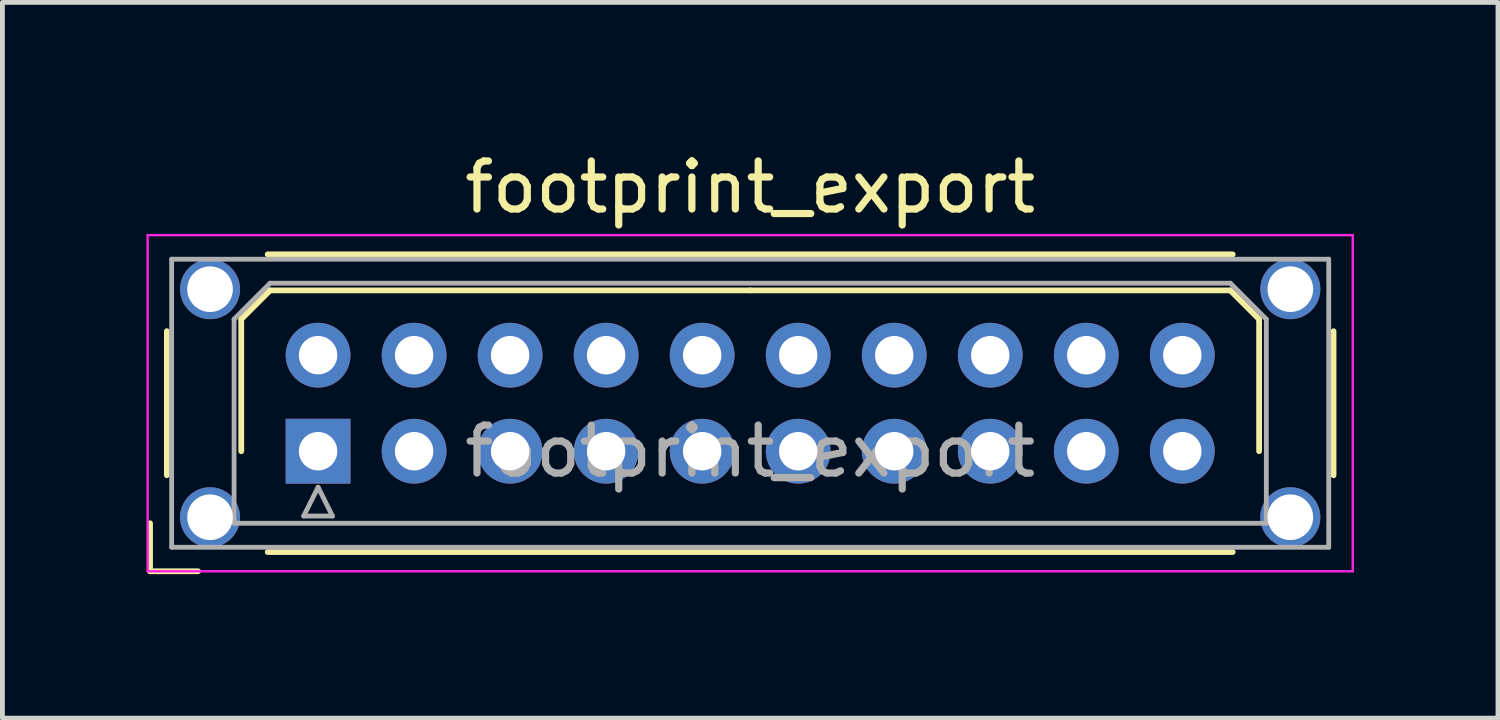
<source format=kicad_pcb>
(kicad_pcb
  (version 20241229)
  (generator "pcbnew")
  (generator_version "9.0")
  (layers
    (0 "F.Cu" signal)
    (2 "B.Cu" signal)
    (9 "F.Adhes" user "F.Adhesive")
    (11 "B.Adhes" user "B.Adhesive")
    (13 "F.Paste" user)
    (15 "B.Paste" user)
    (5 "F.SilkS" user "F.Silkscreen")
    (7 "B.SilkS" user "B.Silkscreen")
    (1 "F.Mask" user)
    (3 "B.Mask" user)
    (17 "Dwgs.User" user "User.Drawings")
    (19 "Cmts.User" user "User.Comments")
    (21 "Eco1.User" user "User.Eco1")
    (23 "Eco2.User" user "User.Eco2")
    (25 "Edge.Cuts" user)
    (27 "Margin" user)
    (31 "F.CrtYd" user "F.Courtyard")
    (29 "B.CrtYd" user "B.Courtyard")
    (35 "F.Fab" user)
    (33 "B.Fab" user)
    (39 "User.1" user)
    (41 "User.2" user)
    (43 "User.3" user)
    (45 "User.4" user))
  (footprint "footprint_export"
    (layer "F.Cu")
    (at 3.575 6.348)
    (property "Reference" "footprint_export" (at 9 -5.5 0) (layer "F.SilkS") (effects (font (size 1 1) (thickness 0.15))))
    (attr through_hole)
    (fp_line (start -3.5 1.5) (end -3.5 2.5) (stroke (width 0.12) (type solid)) (layer "F.SilkS"))
    (fp_line (start -3.5 2.5) (end -2.5 2.5) (stroke (width 0.12) (type solid)) (layer "F.SilkS"))
    (fp_line (start -3.15 -2.5) (end -3.15 0.5) (stroke (width 0.12) (type solid)) (layer "F.SilkS"))
    (fp_line (start -1.6 -2.75) (end -1 -3.35) (stroke (width 0.12) (type solid)) (layer "F.SilkS"))
    (fp_line (start -1.6 0) (end -1.6 -2.75) (stroke (width 0.12) (type solid)) (layer "F.SilkS"))
    (fp_line (start -1.05 -4.1) (end 19.05 -4.1) (stroke (width 0.12) (type solid)) (layer "F.SilkS"))
    (fp_line (start -1.05 2.1) (end 19.05 2.1) (stroke (width 0.12) (type solid)) (layer "F.SilkS"))
    (fp_line (start -1 -3.35) (end 9 -3.35) (stroke (width 0.12) (type solid)) (layer "F.SilkS"))
    (fp_line (start 19 -3.35) (end 9 -3.35) (stroke (width 0.12) (type solid)) (layer "F.SilkS"))
    (fp_line (start 19.6 -2.75) (end 19 -3.35) (stroke (width 0.12) (type solid)) (layer "F.SilkS"))
    (fp_line (start 19.6 0) (end 19.6 -2.75) (stroke (width 0.12) (type solid)) (layer "F.SilkS"))
    (fp_line (start 21.15 -2.5) (end 21.15 0.5) (stroke (width 0.12) (type solid)) (layer "F.SilkS"))
    (fp_line (start -3.55 -4.5) (end -3.55 2.5) (stroke (width 0.05) (type solid)) (layer "F.CrtYd"))
    (fp_line (start -3.55 2.5) (end 21.55 2.5) (stroke (width 0.05) (type solid)) (layer "F.CrtYd"))
    (fp_line (start 21.55 -4.5) (end -3.55 -4.5) (stroke (width 0.05) (type solid)) (layer "F.CrtYd"))
    (fp_line (start 21.55 2.5) (end 21.55 -4.5) (stroke (width 0.05) (type solid)) (layer "F.CrtYd"))
    (fp_line (start -3.05 -4) (end -3.05 2) (stroke (width 0.1) (type solid)) (layer "F.Fab"))
    (fp_line (start -3.05 2) (end 21.05 2) (stroke (width 0.1) (type solid)) (layer "F.Fab"))
    (fp_line (start -1.75 -2.75) (end -1 -3.5) (stroke (width 0.1) (type solid)) (layer "F.Fab"))
    (fp_line (start -1.75 1.5) (end -1.75 -2.75) (stroke (width 0.1) (type solid)) (layer "F.Fab"))
    (fp_line (start -1 -3.5) (end 19 -3.5) (stroke (width 0.1) (type solid)) (layer "F.Fab"))
    (fp_line (start -0.3 1.35) (end 0.3 1.35) (stroke (width 0.1) (type solid)) (layer "F.Fab"))
    (fp_line (start 0 0.75) (end -0.3 1.35) (stroke (width 0.1) (type solid)) (layer "F.Fab"))
    (fp_line (start 0.3 1.35) (end 0 0.75) (stroke (width 0.1) (type solid)) (layer "F.Fab"))
    (fp_line (start 19 -3.5) (end 19.75 -2.75) (stroke (width 0.1) (type solid)) (layer "F.Fab"))
    (fp_line (start 19.75 -2.75) (end 19.75 1.5) (stroke (width 0.1) (type solid)) (layer "F.Fab"))
    (fp_line (start 19.75 1.5) (end -1.75 1.5) (stroke (width 0.1) (type solid)) (layer "F.Fab"))
    (fp_line (start 21.05 -4) (end -3.05 -4) (stroke (width 0.1) (type solid)) (layer "F.Fab"))
    (fp_line (start 21.05 2) (end 21.05 -4) (stroke (width 0.1) (type solid)) (layer "F.Fab"))
    (fp_text user "${REFERENCE}" (at 9 0 0) (layer "F.Fab") (effects (font (size 1 1) (thickness 0.15))))
    (pad "" thru_hole circle (at -2.25 -3.375) (size 1.25 1.25) (drill 0.95) (layers "*.Cu" "*.Mask"))
    (pad "" thru_hole circle (at -2.25 1.375) (size 1.25 1.25) (drill 0.95) (layers "*.Cu" "*.Mask"))
    (pad "" thru_hole circle (at 20.25 -3.375) (size 1.25 1.25) (drill 0.95) (layers "*.Cu" "*.Mask"))
    (pad "" thru_hole circle (at 20.25 1.375) (size 1.25 1.25) (drill 0.95) (layers "*.Cu" "*.Mask"))
    (pad "1" thru_hole rect (at 0 0) (size 1.35 1.35) (drill 0.8) (layers "*.Cu" "*.Mask"))
    (pad "2" thru_hole circle (at 0 -2) (size 1.35 1.35) (drill 0.8) (layers "*.Cu" "*.Mask"))
    (pad "3" thru_hole circle (at 2 0) (size 1.35 1.35) (drill 0.8) (layers "*.Cu" "*.Mask"))
    (pad "4" thru_hole circle (at 2 -2) (size 1.35 1.35) (drill 0.8) (layers "*.Cu" "*.Mask"))
    (pad "5" thru_hole circle (at 4 0) (size 1.35 1.35) (drill 0.8) (layers "*.Cu" "*.Mask"))
    (pad "6" thru_hole circle (at 4 -2) (size 1.35 1.35) (drill 0.8) (layers "*.Cu" "*.Mask"))
    (pad "7" thru_hole circle (at 6 0) (size 1.35 1.35) (drill 0.8) (layers "*.Cu" "*.Mask"))
    (pad "8" thru_hole circle (at 6 -2) (size 1.35 1.35) (drill 0.8) (layers "*.Cu" "*.Mask"))
    (pad "9" thru_hole circle (at 8 0) (size 1.35 1.35) (drill 0.8) (layers "*.Cu" "*.Mask"))
    (pad "10" thru_hole circle (at 8 -2) (size 1.35 1.35) (drill 0.8) (layers "*.Cu" "*.Mask"))
    (pad "11" thru_hole circle (at 10 0) (size 1.35 1.35) (drill 0.8) (layers "*.Cu" "*.Mask"))
    (pad "12" thru_hole circle (at 10 -2) (size 1.35 1.35) (drill 0.8) (layers "*.Cu" "*.Mask"))
    (pad "13" thru_hole circle (at 12 0) (size 1.35 1.35) (drill 0.8) (layers "*.Cu" "*.Mask"))
    (pad "14" thru_hole circle (at 12 -2) (size 1.35 1.35) (drill 0.8) (layers "*.Cu" "*.Mask"))
    (pad "15" thru_hole circle (at 14 0) (size 1.35 1.35) (drill 0.8) (layers "*.Cu" "*.Mask"))
    (pad "16" thru_hole circle (at 14 -2) (size 1.35 1.35) (drill 0.8) (layers "*.Cu" "*.Mask"))
    (pad "17" thru_hole circle (at 16 0) (size 1.35 1.35) (drill 0.8) (layers "*.Cu" "*.Mask"))
    (pad "18" thru_hole circle (at 16 -2) (size 1.35 1.35) (drill 0.8) (layers "*.Cu" "*.Mask"))
    (pad "19" thru_hole circle (at 18 0) (size 1.35 1.35) (drill 0.8) (layers "*.Cu" "*.Mask"))
    (pad "20" thru_hole circle (at 18 -2) (size 1.35 1.35) (drill 0.8) (layers "*.Cu" "*.Mask")))
  (gr_rect
    (start -3 -3)
    (end 28.15 11.908)
    (stroke (width 0.1) (type default))
    (fill no)
    (layer "Edge.Cuts")))
</source>
